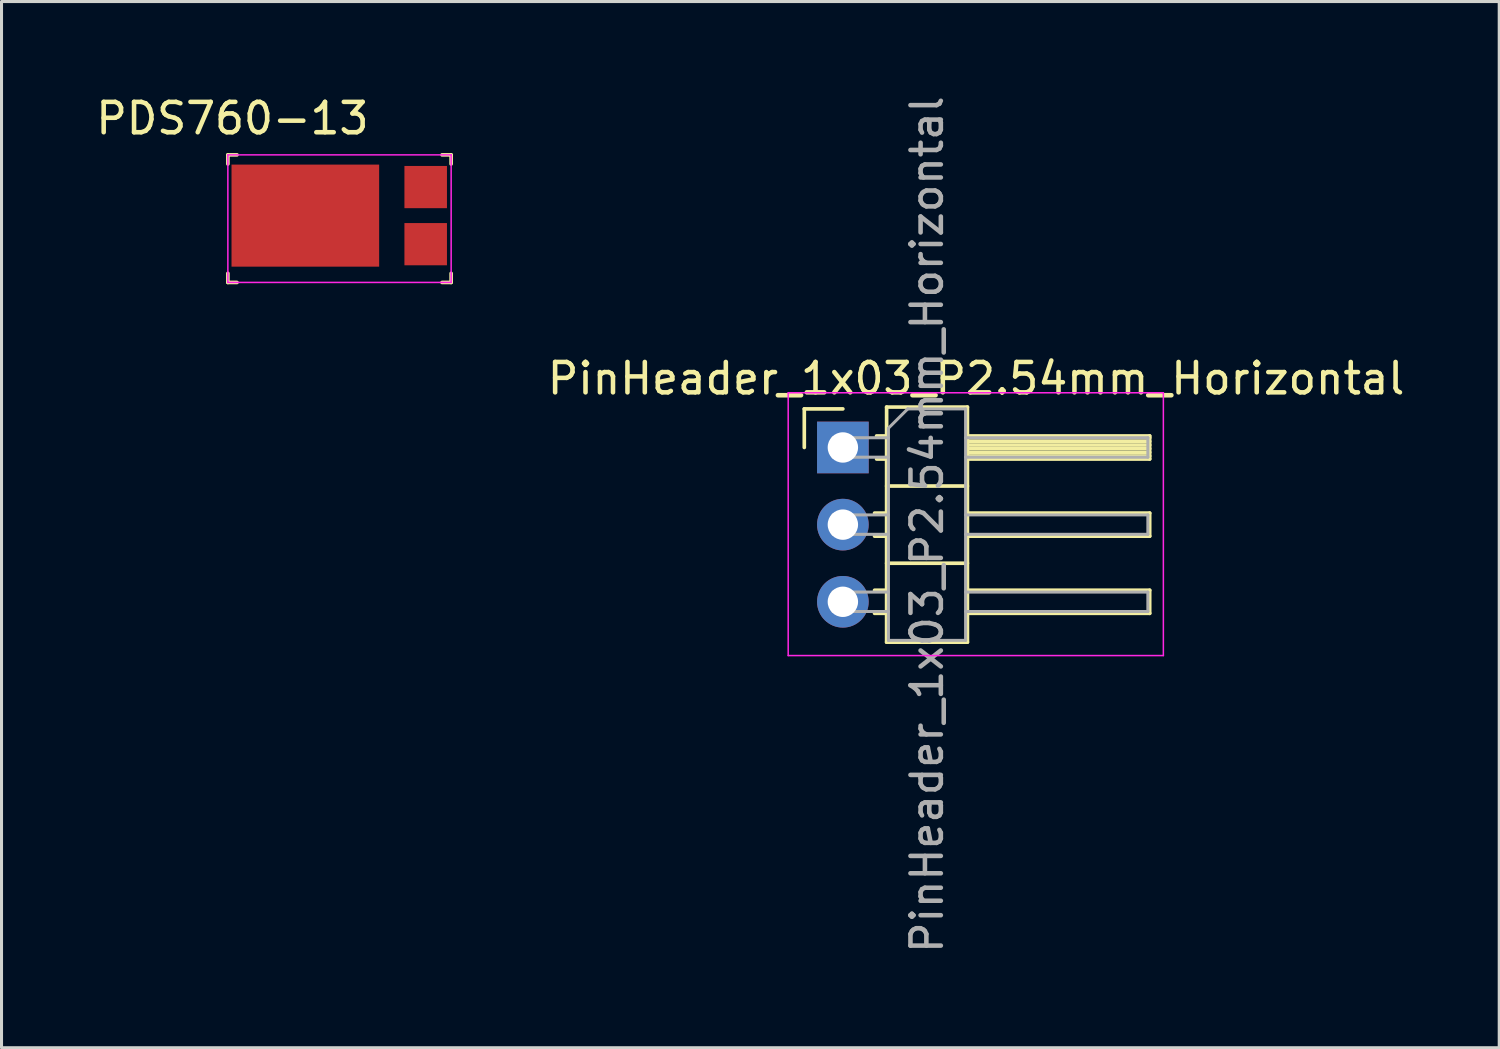
<source format=kicad_pcb>
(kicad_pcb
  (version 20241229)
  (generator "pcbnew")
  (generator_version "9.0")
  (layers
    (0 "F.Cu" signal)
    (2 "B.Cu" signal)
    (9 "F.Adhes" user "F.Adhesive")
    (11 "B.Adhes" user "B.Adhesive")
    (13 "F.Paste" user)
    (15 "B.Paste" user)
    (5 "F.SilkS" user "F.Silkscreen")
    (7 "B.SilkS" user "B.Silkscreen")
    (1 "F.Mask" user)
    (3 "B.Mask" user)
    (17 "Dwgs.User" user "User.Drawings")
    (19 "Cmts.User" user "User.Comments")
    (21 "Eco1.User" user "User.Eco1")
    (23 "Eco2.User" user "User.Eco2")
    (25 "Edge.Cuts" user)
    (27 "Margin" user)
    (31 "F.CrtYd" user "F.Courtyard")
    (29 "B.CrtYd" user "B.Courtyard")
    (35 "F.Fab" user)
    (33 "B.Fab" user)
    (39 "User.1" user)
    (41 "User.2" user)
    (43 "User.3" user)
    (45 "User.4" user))
  (footprint "PDS760-13"
    (layer "F.Cu")
    (at 7.501 3.948)
    (property "Reference" "PDS760-13" (at -2.9 -3.1 180) (layer "F.SilkS") (effects (font (size 1 1) (thickness 0.15))))
    (attr smd)
    (fp_line (start -3.05 -1.9) (end -2.75 -1.9) (stroke (width 0.12) (type solid)) (layer "F.SilkS"))
    (fp_line (start -3.05 -1.6) (end -3.05 -1.9) (stroke (width 0.12) (type solid)) (layer "F.SilkS"))
    (fp_line (start -3.05 2.3) (end -3.05 2) (stroke (width 0.12) (type solid)) (layer "F.SilkS"))
    (fp_line (start -2.75 2.3) (end -3.05 2.3) (stroke (width 0.12) (type solid)) (layer "F.SilkS"))
    (fp_line (start 4 -1.9) (end 4.3 -1.9) (stroke (width 0.12) (type solid)) (layer "F.SilkS"))
    (fp_line (start 4.3 -1.9) (end 4.3 -1.6) (stroke (width 0.12) (type solid)) (layer "F.SilkS"))
    (fp_line (start 4.3 2) (end 4.3 2.3) (stroke (width 0.12) (type solid)) (layer "F.SilkS"))
    (fp_line (start 4.3 2.3) (end 4 2.3) (stroke (width 0.12) (type solid)) (layer "F.SilkS"))
    (fp_line (start -3.05 -1.9) (end 4.3 -1.9) (stroke (width 0.05) (type solid)) (layer "F.CrtYd"))
    (fp_line (start -3.05 2.3) (end -3.05 -1.9) (stroke (width 0.05) (type solid)) (layer "F.CrtYd"))
    (fp_line (start 4.3 -1.9) (end 4.3 2.3) (stroke (width 0.05) (type solid)) (layer "F.CrtYd"))
    (fp_line (start 4.3 2.3) (end -3.05 2.3) (stroke (width 0.05) (type solid)) (layer "F.CrtYd"))
    (pad "A" smd rect (at 3.462 -0.84 90) (size 1.39 1.4) (layers "F.Cu" "F.Mask" "F.Paste"))
    (pad "A" smd rect (at 3.462 1.04 270) (size 1.39 1.4) (layers "F.Cu" "F.Mask" "F.Paste"))
    (pad "C" smd rect (at -0.5 0.1 90) (size 3.36 4.86) (layers "F.Cu" "F.Mask" "F.Paste")))
  (footprint "PinHeader_1x03_P2.54mm_Horizontal"
    (layer "F.Cu")
    (at 24.696 11.68)
    (property "Reference" "PinHeader_1x03_P2.54mm_Horizontal" (at 4.385 -2.27 0) (layer "F.SilkS") (effects (font (size 1 1) (thickness 0.15))))
    (attr through_hole)
    (fp_line (start -1.27 -1.27) (end 0 -1.27) (stroke (width 0.12) (type solid)) (layer "F.SilkS"))
    (fp_line (start -1.27 0) (end -1.27 -1.27) (stroke (width 0.12) (type solid)) (layer "F.SilkS"))
    (fp_line (start 1.043 2.16) (end 1.44 2.16) (stroke (width 0.12) (type solid)) (layer "F.SilkS"))
    (fp_line (start 1.043 2.92) (end 1.44 2.92) (stroke (width 0.12) (type solid)) (layer "F.SilkS"))
    (fp_line (start 1.043 4.7) (end 1.44 4.7) (stroke (width 0.12) (type solid)) (layer "F.SilkS"))
    (fp_line (start 1.043 5.46) (end 1.44 5.46) (stroke (width 0.12) (type solid)) (layer "F.SilkS"))
    (fp_line (start 1.11 -0.38) (end 1.44 -0.38) (stroke (width 0.12) (type solid)) (layer "F.SilkS"))
    (fp_line (start 1.11 0.38) (end 1.44 0.38) (stroke (width 0.12) (type solid)) (layer "F.SilkS"))
    (fp_line (start 1.44 -1.33) (end 1.44 6.41) (stroke (width 0.12) (type solid)) (layer "F.SilkS"))
    (fp_line (start 1.44 1.27) (end 4.1 1.27) (stroke (width 0.12) (type solid)) (layer "F.SilkS"))
    (fp_line (start 1.44 3.81) (end 4.1 3.81) (stroke (width 0.12) (type solid)) (layer "F.SilkS"))
    (fp_line (start 1.44 6.41) (end 4.1 6.41) (stroke (width 0.12) (type solid)) (layer "F.SilkS"))
    (fp_line (start 4.1 -1.33) (end 1.44 -1.33) (stroke (width 0.12) (type solid)) (layer "F.SilkS"))
    (fp_line (start 4.1 -0.38) (end 10.1 -0.38) (stroke (width 0.12) (type solid)) (layer "F.SilkS"))
    (fp_line (start 4.1 -0.32) (end 10.1 -0.32) (stroke (width 0.12) (type solid)) (layer "F.SilkS"))
    (fp_line (start 4.1 -0.2) (end 10.1 -0.2) (stroke (width 0.12) (type solid)) (layer "F.SilkS"))
    (fp_line (start 4.1 -0.08) (end 10.1 -0.08) (stroke (width 0.12) (type solid)) (layer "F.SilkS"))
    (fp_line (start 4.1 0.04) (end 10.1 0.04) (stroke (width 0.12) (type solid)) (layer "F.SilkS"))
    (fp_line (start 4.1 0.16) (end 10.1 0.16) (stroke (width 0.12) (type solid)) (layer "F.SilkS"))
    (fp_line (start 4.1 0.28) (end 10.1 0.28) (stroke (width 0.12) (type solid)) (layer "F.SilkS"))
    (fp_line (start 4.1 2.16) (end 10.1 2.16) (stroke (width 0.12) (type solid)) (layer "F.SilkS"))
    (fp_line (start 4.1 4.7) (end 10.1 4.7) (stroke (width 0.12) (type solid)) (layer "F.SilkS"))
    (fp_line (start 4.1 6.41) (end 4.1 -1.33) (stroke (width 0.12) (type solid)) (layer "F.SilkS"))
    (fp_line (start 10.1 -0.38) (end 10.1 0.38) (stroke (width 0.12) (type solid)) (layer "F.SilkS"))
    (fp_line (start 10.1 0.38) (end 4.1 0.38) (stroke (width 0.12) (type solid)) (layer "F.SilkS"))
    (fp_line (start 10.1 2.16) (end 10.1 2.92) (stroke (width 0.12) (type solid)) (layer "F.SilkS"))
    (fp_line (start 10.1 2.92) (end 4.1 2.92) (stroke (width 0.12) (type solid)) (layer "F.SilkS"))
    (fp_line (start 10.1 4.7) (end 10.1 5.46) (stroke (width 0.12) (type solid)) (layer "F.SilkS"))
    (fp_line (start 10.1 5.46) (end 4.1 5.46) (stroke (width 0.12) (type solid)) (layer "F.SilkS"))
    (fp_line (start -1.8 -1.8) (end -1.8 6.85) (stroke (width 0.05) (type solid)) (layer "F.CrtYd"))
    (fp_line (start -1.8 6.85) (end 10.55 6.85) (stroke (width 0.05) (type solid)) (layer "F.CrtYd"))
    (fp_line (start 10.55 -1.8) (end -1.8 -1.8) (stroke (width 0.05) (type solid)) (layer "F.CrtYd"))
    (fp_line (start 10.55 6.85) (end 10.55 -1.8) (stroke (width 0.05) (type solid)) (layer "F.CrtYd"))
    (fp_line (start -0.32 -0.32) (end -0.32 0.32) (stroke (width 0.1) (type solid)) (layer "F.Fab"))
    (fp_line (start -0.32 -0.32) (end 1.5 -0.32) (stroke (width 0.1) (type solid)) (layer "F.Fab"))
    (fp_line (start -0.32 0.32) (end 1.5 0.32) (stroke (width 0.1) (type solid)) (layer "F.Fab"))
    (fp_line (start -0.32 2.22) (end -0.32 2.86) (stroke (width 0.1) (type solid)) (layer "F.Fab"))
    (fp_line (start -0.32 2.22) (end 1.5 2.22) (stroke (width 0.1) (type solid)) (layer "F.Fab"))
    (fp_line (start -0.32 2.86) (end 1.5 2.86) (stroke (width 0.1) (type solid)) (layer "F.Fab"))
    (fp_line (start -0.32 4.76) (end -0.32 5.4) (stroke (width 0.1) (type solid)) (layer "F.Fab"))
    (fp_line (start -0.32 4.76) (end 1.5 4.76) (stroke (width 0.1) (type solid)) (layer "F.Fab"))
    (fp_line (start -0.32 5.4) (end 1.5 5.4) (stroke (width 0.1) (type solid)) (layer "F.Fab"))
    (fp_line (start 1.5 -0.635) (end 2.135 -1.27) (stroke (width 0.1) (type solid)) (layer "F.Fab"))
    (fp_line (start 1.5 6.35) (end 1.5 -0.635) (stroke (width 0.1) (type solid)) (layer "F.Fab"))
    (fp_line (start 2.135 -1.27) (end 4.04 -1.27) (stroke (width 0.1) (type solid)) (layer "F.Fab"))
    (fp_line (start 4.04 -1.27) (end 4.04 6.35) (stroke (width 0.1) (type solid)) (layer "F.Fab"))
    (fp_line (start 4.04 -0.32) (end 10.04 -0.32) (stroke (width 0.1) (type solid)) (layer "F.Fab"))
    (fp_line (start 4.04 0.32) (end 10.04 0.32) (stroke (width 0.1) (type solid)) (layer "F.Fab"))
    (fp_line (start 4.04 2.22) (end 10.04 2.22) (stroke (width 0.1) (type solid)) (layer "F.Fab"))
    (fp_line (start 4.04 2.86) (end 10.04 2.86) (stroke (width 0.1) (type solid)) (layer "F.Fab"))
    (fp_line (start 4.04 4.76) (end 10.04 4.76) (stroke (width 0.1) (type solid)) (layer "F.Fab"))
    (fp_line (start 4.04 5.4) (end 10.04 5.4) (stroke (width 0.1) (type solid)) (layer "F.Fab"))
    (fp_line (start 4.04 6.35) (end 1.5 6.35) (stroke (width 0.1) (type solid)) (layer "F.Fab"))
    (fp_line (start 10.04 -0.32) (end 10.04 0.32) (stroke (width 0.1) (type solid)) (layer "F.Fab"))
    (fp_line (start 10.04 2.22) (end 10.04 2.86) (stroke (width 0.1) (type solid)) (layer "F.Fab"))
    (fp_line (start 10.04 4.76) (end 10.04 5.4) (stroke (width 0.1) (type solid)) (layer "F.Fab"))
    (fp_text user "${REFERENCE}" (at 2.77 2.54 90) (layer "F.Fab") (effects (font (size 1 1) (thickness 0.15))))
    (pad "1" thru_hole rect (at 0 0) (size 1.7 1.7) (drill 1) (layers "*.Cu" "*.Mask"))
    (pad "2" thru_hole oval (at 0 2.54) (size 1.7 1.7) (drill 1) (layers "*.Cu" "*.Mask"))
    (pad "3" thru_hole oval (at 0 5.08) (size 1.7 1.7) (drill 1) (layers "*.Cu" "*.Mask")))
  (gr_rect
    (start -3 -3)
    (end 46.302 31.44)
    (stroke (width 0.1) (type default))
    (fill no)
    (layer "Edge.Cuts")))
</source>
